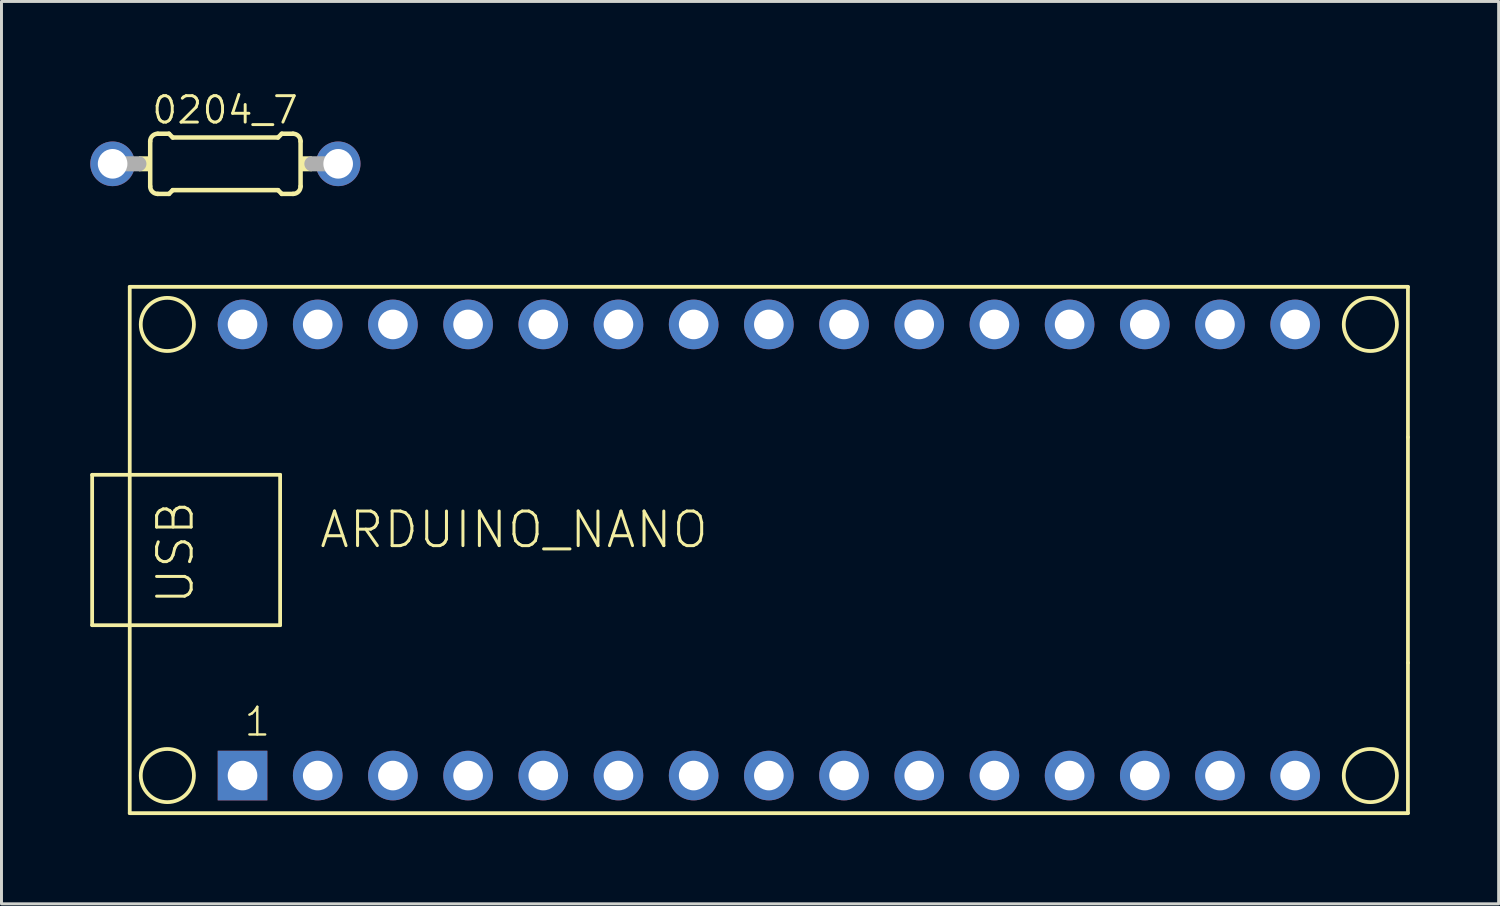
<source format=kicad_pcb>
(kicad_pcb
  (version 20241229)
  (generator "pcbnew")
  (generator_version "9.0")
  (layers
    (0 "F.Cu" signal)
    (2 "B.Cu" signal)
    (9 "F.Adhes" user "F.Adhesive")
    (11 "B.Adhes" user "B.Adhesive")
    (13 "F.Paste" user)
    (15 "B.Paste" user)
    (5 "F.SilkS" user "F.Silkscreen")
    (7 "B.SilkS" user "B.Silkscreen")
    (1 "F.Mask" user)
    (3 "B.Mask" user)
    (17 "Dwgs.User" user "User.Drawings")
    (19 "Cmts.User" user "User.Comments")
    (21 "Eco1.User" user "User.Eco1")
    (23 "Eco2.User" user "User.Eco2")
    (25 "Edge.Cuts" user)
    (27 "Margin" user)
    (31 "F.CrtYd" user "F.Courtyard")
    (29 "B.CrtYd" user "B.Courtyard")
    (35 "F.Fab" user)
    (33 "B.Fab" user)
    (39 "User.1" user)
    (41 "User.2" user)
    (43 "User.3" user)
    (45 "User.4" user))
  (footprint "ARDUINO_NANO"
    (layer "F.Cu")
    (at 25.463 15.53)
    (property "Reference" "ARDUINO_NANO" (at -17.78 0 0) (layer "F.SilkS") (effects (font (size 1.168 1.168) (thickness 0.102)) (justify left bottom)))
    (fp_line (start -25.4 -2.54) (end -25.4 2.54) (stroke (width 0.127) (type solid)) (layer "F.SilkS"))
    (fp_line (start -24.13 -8.89) (end 19.05 -8.89) (stroke (width 0.127) (type solid)) (layer "F.SilkS"))
    (fp_line (start -24.13 -2.54) (end -25.4 -2.54) (stroke (width 0.127) (type solid)) (layer "F.SilkS"))
    (fp_line (start -24.13 -2.54) (end -24.13 -8.89) (stroke (width 0.127) (type solid)) (layer "F.SilkS"))
    (fp_line (start -24.13 8.89) (end -24.13 -2.54) (stroke (width 0.127) (type solid)) (layer "F.SilkS"))
    (fp_line (start -19.05 -2.54) (end -24.13 -2.54) (stroke (width 0.127) (type solid)) (layer "F.SilkS"))
    (fp_line (start -19.05 2.54) (end -25.4 2.54) (stroke (width 0.127) (type solid)) (layer "F.SilkS"))
    (fp_line (start -19.05 2.54) (end -19.05 -2.54) (stroke (width 0.127) (type solid)) (layer "F.SilkS"))
    (fp_line (start 19.05 -8.89) (end 19.05 -3.81) (stroke (width 0.127) (type solid)) (layer "F.SilkS"))
    (fp_line (start 19.05 -3.81) (end 19.05 3.81) (stroke (width 0.127) (type solid)) (layer "F.SilkS"))
    (fp_line (start 19.05 3.81) (end 19.05 8.89) (stroke (width 0.127) (type solid)) (layer "F.SilkS"))
    (fp_line (start 19.05 8.89) (end -24.13 8.89) (stroke (width 0.127) (type solid)) (layer "F.SilkS"))
    (fp_circle (center -22.86 -7.62) (end -21.962 -7.62) (stroke (width 0.127) (type solid)) (fill no) (layer "F.SilkS"))
    (fp_circle (center -22.86 7.62) (end -21.962 7.62) (stroke (width 0.127) (type solid)) (fill no) (layer "F.SilkS"))
    (fp_circle (center 17.78 -7.62) (end 18.678 -7.62) (stroke (width 0.127) (type solid)) (fill no) (layer "F.SilkS"))
    (fp_circle (center 17.78 7.62) (end 18.678 7.62) (stroke (width 0.127) (type solid)) (fill no) (layer "F.SilkS"))
    (fp_text user "USB" (at -21.907 1.905 90) (layer "F.SilkS") (effects (font (size 1.168 1.168) (thickness 0.102)) (justify left bottom)))
    (fp_text user "1" (at -20.32 6.35 0) (layer "F.SilkS") (effects (font (size 0.935 0.935) (thickness 0.081)) (justify left bottom)))
    (pad "1" thru_hole rect (at -20.32 7.62) (size 1.676 1.676) (drill 1) (layers "*.Cu" "*.Mask"))
    (pad "2" thru_hole circle (at -17.78 7.62) (size 1.676 1.676) (drill 1) (layers "*.Cu" "*.Mask"))
    (pad "3" thru_hole circle (at -15.24 7.62) (size 1.676 1.676) (drill 1) (layers "*.Cu" "*.Mask"))
    (pad "4" thru_hole circle (at -12.7 7.62) (size 1.676 1.676) (drill 1) (layers "*.Cu" "*.Mask"))
    (pad "5" thru_hole circle (at -10.16 7.62) (size 1.676 1.676) (drill 1) (layers "*.Cu" "*.Mask"))
    (pad "6" thru_hole circle (at -7.62 7.62) (size 1.676 1.676) (drill 1) (layers "*.Cu" "*.Mask"))
    (pad "7" thru_hole circle (at -5.08 7.62) (size 1.676 1.676) (drill 1) (layers "*.Cu" "*.Mask"))
    (pad "8" thru_hole circle (at -2.54 7.62) (size 1.676 1.676) (drill 1) (layers "*.Cu" "*.Mask"))
    (pad "9" thru_hole circle (at 0 7.62) (size 1.676 1.676) (drill 1) (layers "*.Cu" "*.Mask"))
    (pad "10" thru_hole circle (at 2.54 7.62) (size 1.676 1.676) (drill 1) (layers "*.Cu" "*.Mask"))
    (pad "11" thru_hole circle (at 5.08 7.62) (size 1.676 1.676) (drill 1) (layers "*.Cu" "*.Mask"))
    (pad "12" thru_hole circle (at 7.62 7.62) (size 1.676 1.676) (drill 1) (layers "*.Cu" "*.Mask"))
    (pad "13" thru_hole circle (at 10.16 7.62) (size 1.676 1.676) (drill 1) (layers "*.Cu" "*.Mask"))
    (pad "14" thru_hole circle (at 12.7 7.62) (size 1.676 1.676) (drill 1) (layers "*.Cu" "*.Mask"))
    (pad "15" thru_hole circle (at 15.24 7.62) (size 1.676 1.676) (drill 1) (layers "*.Cu" "*.Mask"))
    (pad "16" thru_hole circle (at 15.24 -7.62) (size 1.676 1.676) (drill 1) (layers "*.Cu" "*.Mask"))
    (pad "17" thru_hole circle (at 12.7 -7.62) (size 1.676 1.676) (drill 1) (layers "*.Cu" "*.Mask"))
    (pad "18" thru_hole circle (at 10.16 -7.62) (size 1.676 1.676) (drill 1) (layers "*.Cu" "*.Mask"))
    (pad "19" thru_hole circle (at 7.62 -7.62) (size 1.676 1.676) (drill 1) (layers "*.Cu" "*.Mask"))
    (pad "20" thru_hole circle (at 5.08 -7.62) (size 1.676 1.676) (drill 1) (layers "*.Cu" "*.Mask"))
    (pad "21" thru_hole circle (at 2.54 -7.62) (size 1.676 1.676) (drill 1) (layers "*.Cu" "*.Mask"))
    (pad "22" thru_hole circle (at 0 -7.62) (size 1.676 1.676) (drill 1) (layers "*.Cu" "*.Mask"))
    (pad "23" thru_hole circle (at -2.54 -7.62) (size 1.676 1.676) (drill 1) (layers "*.Cu" "*.Mask"))
    (pad "24" thru_hole circle (at -5.08 -7.62) (size 1.676 1.676) (drill 1) (layers "*.Cu" "*.Mask"))
    (pad "25" thru_hole circle (at -7.62 -7.62) (size 1.676 1.676) (drill 1) (layers "*.Cu" "*.Mask"))
    (pad "26" thru_hole circle (at -10.16 -7.62) (size 1.676 1.676) (drill 1) (layers "*.Cu" "*.Mask"))
    (pad "27" thru_hole circle (at -12.7 -7.62) (size 1.676 1.676) (drill 1) (layers "*.Cu" "*.Mask"))
    (pad "28" thru_hole circle (at -15.24 -7.62) (size 1.676 1.676) (drill 1) (layers "*.Cu" "*.Mask"))
    (pad "29" thru_hole circle (at -17.78 -7.62) (size 1.676 1.676) (drill 1) (layers "*.Cu" "*.Mask"))
    (pad "30" thru_hole circle (at -20.32 -7.62) (size 1.676 1.676) (drill 1) (layers "*.Cu" "*.Mask")))
  (footprint "0204_7"
    (layer "F.Cu")
    (at 4.564 2.484)
    (property "Reference" "0204_7" (at -2.54 -1.295 0) (layer "F.SilkS") (effects (font (size 0.892 0.892) (thickness 0.099)) (justify left bottom)))
    (fp_line (start -2.54 0.762) (end -2.54 -0.762) (stroke (width 0.152) (type solid)) (layer "F.SilkS"))
    (fp_line (start -2.286 -1.016) (end -1.905 -1.016) (stroke (width 0.152) (type solid)) (layer "F.SilkS"))
    (fp_line (start -2.286 1.016) (end -1.905 1.016) (stroke (width 0.152) (type solid)) (layer "F.SilkS"))
    (fp_line (start -1.778 -0.889) (end -1.905 -1.016) (stroke (width 0.152) (type solid)) (layer "F.SilkS"))
    (fp_line (start -1.778 0.889) (end -1.905 1.016) (stroke (width 0.152) (type solid)) (layer "F.SilkS"))
    (fp_line (start 1.778 -0.889) (end -1.778 -0.889) (stroke (width 0.152) (type solid)) (layer "F.SilkS"))
    (fp_line (start 1.778 -0.889) (end 1.905 -1.016) (stroke (width 0.152) (type solid)) (layer "F.SilkS"))
    (fp_line (start 1.778 0.889) (end -1.778 0.889) (stroke (width 0.152) (type solid)) (layer "F.SilkS"))
    (fp_line (start 1.778 0.889) (end 1.905 1.016) (stroke (width 0.152) (type solid)) (layer "F.SilkS"))
    (fp_line (start 2.286 -1.016) (end 1.905 -1.016) (stroke (width 0.152) (type solid)) (layer "F.SilkS"))
    (fp_line (start 2.286 1.016) (end 1.905 1.016) (stroke (width 0.152) (type solid)) (layer "F.SilkS"))
    (fp_line (start 2.54 0.762) (end 2.54 -0.762) (stroke (width 0.152) (type solid)) (layer "F.SilkS"))
    (fp_arc (start -2.54 -0.762) (mid -2.465605 -0.941605) (end -2.286 -1.016) (stroke (width 0.1524) (type solid)) (layer "F.SilkS"))
    (fp_arc (start -2.286 1.016) (mid -2.465605 0.941605) (end -2.54 0.762) (stroke (width 0.1524) (type solid)) (layer "F.SilkS"))
    (fp_arc (start 2.286 -1.016) (mid 2.465605 -0.941605) (end 2.54 -0.762) (stroke (width 0.1524) (type solid)) (layer "F.SilkS"))
    (fp_arc (start 2.54 0.762) (mid 2.465605 0.941605) (end 2.286 1.016) (stroke (width 0.1524) (type solid)) (layer "F.SilkS"))
    (fp_poly (pts (xy -2.921 0.254) (xy -2.54 0.254) (xy -2.54 -0.254) (xy -2.921 -0.254)) (stroke (width 0) (type solid)) (fill yes) (layer "F.SilkS"))
    (fp_poly (pts (xy 2.54 0.254) (xy 2.921 0.254) (xy 2.921 -0.254) (xy 2.54 -0.254)) (stroke (width 0) (type solid)) (fill yes) (layer "F.SilkS"))
    (fp_line (start -3.81 0) (end -2.921 0) (stroke (width 0.508) (type solid)) (layer "F.Fab"))
    (fp_line (start 3.81 0) (end 2.921 0) (stroke (width 0.508) (type solid)) (layer "F.Fab"))
    (pad "1" thru_hole circle (at -3.81 0) (size 1.508 1.508) (drill 1) (layers "*.Cu" "*.Mask"))
    (pad "2" thru_hole circle (at 3.81 0) (size 1.508 1.508) (drill 1) (layers "*.Cu" "*.Mask")))
  (gr_rect
    (start -3 -3)
    (end 47.577 27.483)
    (stroke (width 0.1) (type default))
    (fill no)
    (layer "Edge.Cuts")))
</source>
